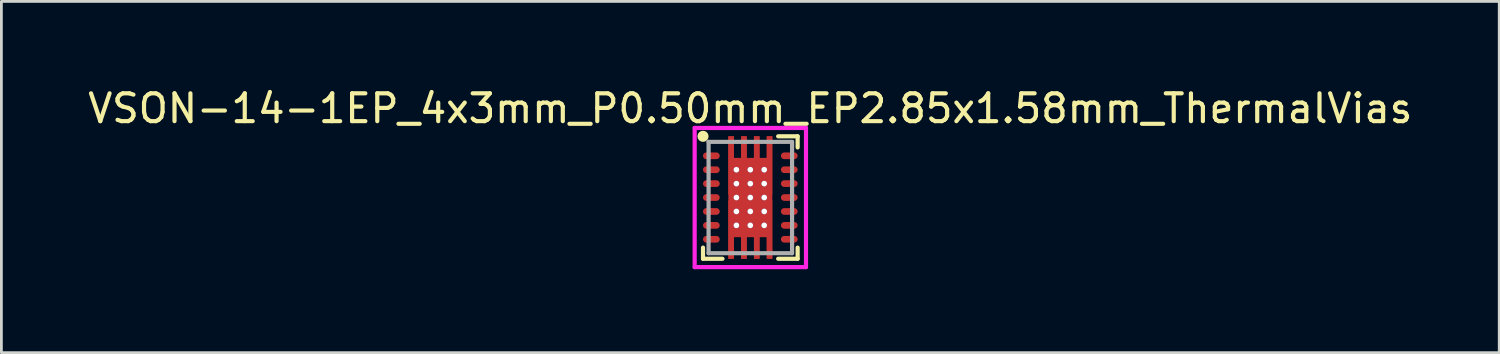
<source format=kicad_pcb>
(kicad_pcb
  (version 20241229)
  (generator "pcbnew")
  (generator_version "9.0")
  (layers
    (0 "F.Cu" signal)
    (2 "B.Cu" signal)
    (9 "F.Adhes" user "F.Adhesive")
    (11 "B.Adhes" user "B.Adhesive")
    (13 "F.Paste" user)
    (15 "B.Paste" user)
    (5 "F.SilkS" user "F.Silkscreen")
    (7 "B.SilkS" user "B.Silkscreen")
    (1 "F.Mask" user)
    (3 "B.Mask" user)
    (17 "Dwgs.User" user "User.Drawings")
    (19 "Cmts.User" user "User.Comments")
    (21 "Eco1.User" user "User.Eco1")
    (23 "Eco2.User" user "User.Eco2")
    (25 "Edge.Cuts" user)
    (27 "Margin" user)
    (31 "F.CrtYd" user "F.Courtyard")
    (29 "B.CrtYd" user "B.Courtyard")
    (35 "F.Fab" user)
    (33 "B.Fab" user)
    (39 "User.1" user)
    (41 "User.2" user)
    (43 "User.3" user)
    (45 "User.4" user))
  (footprint "VSON-14-1EP_4x3mm_P0.50mm_EP2.85x1.58mm_ThermalVias"
    (layer "F.Cu")
    (at 23.911 4.048)
    (property "Reference" "VSON-14-1EP_4x3mm_P0.50mm_EP2.85x1.58mm_ThermalVias" (at 0 -3.2 0) (layer "F.SilkS") (effects (font (size 1 1) (thickness 0.15))))
    (attr through_hole)
    (fp_line (start -1.7 2.2) (end -1.7 1.8) (stroke (width 0.15) (type solid)) (layer "F.SilkS"))
    (fp_line (start -1 2.2) (end -1.7 2.2) (stroke (width 0.15) (type solid)) (layer "F.SilkS"))
    (fp_line (start 1.7 -2.2) (end 1 -2.2) (stroke (width 0.15) (type solid)) (layer "F.SilkS"))
    (fp_line (start 1.7 -2.2) (end 1.7 -1.8) (stroke (width 0.15) (type solid)) (layer "F.SilkS"))
    (fp_line (start 1.7 1.8) (end 1.7 2.2) (stroke (width 0.15) (type solid)) (layer "F.SilkS"))
    (fp_line (start 1.7 2.2) (end 1 2.2) (stroke (width 0.15) (type solid)) (layer "F.SilkS"))
    (fp_circle (center -1.7 -2.2) (end -1.6 -2.2) (stroke (width 0.2) (type solid)) (fill no) (layer "F.SilkS"))
    (fp_line (start -2 -2.5) (end -2 2.5) (stroke (width 0.15) (type solid)) (layer "F.CrtYd"))
    (fp_line (start -2 2.5) (end 2 2.5) (stroke (width 0.15) (type solid)) (layer "F.CrtYd"))
    (fp_line (start 2 -2.5) (end -2 -2.5) (stroke (width 0.15) (type solid)) (layer "F.CrtYd"))
    (fp_line (start 2 2.5) (end 2 -2.5) (stroke (width 0.15) (type solid)) (layer "F.CrtYd"))
    (fp_line (start -1.5 -2) (end 1.5 -2) (stroke (width 0.15) (type solid)) (layer "F.Fab"))
    (fp_line (start -1.5 2) (end -1.5 -2) (stroke (width 0.15) (type solid)) (layer "F.Fab"))
    (fp_line (start 1.5 -2) (end 1.5 2) (stroke (width 0.15) (type solid)) (layer "F.Fab"))
    (fp_line (start 1.5 2) (end -1.5 2) (stroke (width 0.15) (type solid)) (layer "F.Fab"))
    (pad "" smd custom (at -0.46 -0.725 90) (size 1.25 0.66) (layers "F.Cu" "F.Paste") (options (anchor rect)) (primitives (gr_poly (pts (xy 0.625 -0.33) (xy 1.475 -0.33) (xy 1.475 -0.13) (xy 0.625 -0.13)) (width 0) (fill yes)) (gr_poly (pts (xy 0.625 0.13) (xy 1.475 0.13) (xy 1.475 0.33) (xy 0.625 0.33)) (width 0) (fill yes))))
    (pad "" smd custom (at -0.46 0.725 270) (size 1.25 0.66) (layers "F.Cu" "F.Paste") (options (anchor rect)) (primitives (gr_poly (pts (xy 0.625 -0.33) (xy 1.475 -0.33) (xy 1.475 -0.13) (xy 0.625 -0.13)) (width 0) (fill yes)) (gr_poly (pts (xy 0.625 0.13) (xy 1.475 0.13) (xy 1.475 0.33) (xy 0.625 0.33)) (width 0) (fill yes))))
    (pad "" smd custom (at 0.46 -0.725 90) (size 1.25 0.66) (layers "F.Cu" "F.Paste") (options (anchor rect)) (primitives (gr_poly (pts (xy 0.625 -0.33) (xy 1.475 -0.33) (xy 1.475 -0.13) (xy 0.625 -0.13)) (width 0) (fill yes)) (gr_poly (pts (xy 0.625 0.13) (xy 1.475 0.13) (xy 1.475 0.33) (xy 0.625 0.33)) (width 0) (fill yes))))
    (pad "" smd custom (at 0.46 0.725 270) (size 1.25 0.66) (layers "F.Cu" "F.Paste") (options (anchor rect)) (primitives (gr_poly (pts (xy 0.625 -0.33) (xy 1.475 -0.33) (xy 1.475 -0.13) (xy 0.625 -0.13)) (width 0) (fill yes)) (gr_poly (pts (xy 0.625 0.13) (xy 1.475 0.13) (xy 1.475 0.33) (xy 0.625 0.33)) (width 0) (fill yes))))
    (pad "1" smd oval (at -1.4 -1.5) (size 0.6 0.24) (layers "F.Cu" "F.Mask" "F.Paste"))
    (pad "2" smd oval (at -1.4 -1) (size 0.6 0.24) (layers "F.Cu" "F.Mask" "F.Paste"))
    (pad "3" smd oval (at -1.4 -0.5) (size 0.6 0.24) (layers "F.Cu" "F.Mask" "F.Paste"))
    (pad "4" smd oval (at -1.4 0) (size 0.6 0.24) (layers "F.Cu" "F.Mask" "F.Paste"))
    (pad "5" smd oval (at -1.4 0.5) (size 0.6 0.24) (layers "F.Cu" "F.Mask" "F.Paste"))
    (pad "6" smd oval (at -1.4 1) (size 0.6 0.24) (layers "F.Cu" "F.Mask" "F.Paste"))
    (pad "7" smd oval (at -1.4 1.5) (size 0.6 0.24) (layers "F.Cu" "F.Mask" "F.Paste"))
    (pad "8" smd oval (at 1.4 1.5) (size 0.6 0.24) (layers "F.Cu" "F.Mask" "F.Paste"))
    (pad "9" smd oval (at 1.4 1) (size 0.6 0.24) (layers "F.Cu" "F.Mask" "F.Paste"))
    (pad "10" smd oval (at 1.4 0.5) (size 0.6 0.24) (layers "F.Cu" "F.Mask" "F.Paste"))
    (pad "11" smd oval (at 1.4 0) (size 0.6 0.24) (layers "F.Cu" "F.Mask" "F.Paste"))
    (pad "12" smd oval (at 1.4 -0.5) (size 0.6 0.24) (layers "F.Cu" "F.Mask" "F.Paste"))
    (pad "13" smd oval (at 1.4 -1) (size 0.6 0.24) (layers "F.Cu" "F.Mask" "F.Paste"))
    (pad "14" smd oval (at 1.4 -1.5) (size 0.6 0.24) (layers "F.Cu" "F.Mask" "F.Paste"))
    (pad "15" thru_hole circle (at -0.5 -1) (size 0.2 0.2) (drill 0.2) (layers "*.Cu" "B.Mask"))
    (pad "15" thru_hole circle (at -0.5 -0.5) (size 0.2 0.2) (drill 0.2) (layers "*.Cu" "B.Mask"))
    (pad "15" thru_hole circle (at -0.5 0) (size 0.2 0.2) (drill 0.2) (layers "*.Cu" "B.Mask"))
    (pad "15" thru_hole circle (at -0.5 0.5) (size 0.2 0.2) (drill 0.2) (layers "*.Cu" "B.Mask"))
    (pad "15" thru_hole circle (at -0.5 1) (size 0.2 0.2) (drill 0.2) (layers "*.Cu" "B.Mask"))
    (pad "15" thru_hole circle (at 0 -1) (size 0.2 0.2) (drill 0.2) (layers "*.Cu" "B.Mask"))
    (pad "15" thru_hole circle (at 0 -0.5) (size 0.2 0.2) (drill 0.2) (layers "*.Cu" "B.Mask"))
    (pad "15" thru_hole circle (at 0 0) (size 0.2 0.2) (drill 0.2) (layers "*.Cu" "B.Mask"))
    (pad "15" smd custom (at 0 0) (size 1.58 2.85) (layers "F.Cu" "F.Mask") (options (anchor rect)) (primitives (gr_poly (pts (xy -0.79 -1.425) (xy -0.79 -2.2) (xy -0.59 -2.2) (xy -0.59 -1.425)) (width 0) (fill yes)) (gr_poly (pts (xy -0.33 -1.425) (xy -0.33 -2.2) (xy -0.13 -2.2) (xy -0.13 -1.425)) (width 0) (fill yes)) (gr_poly (pts (xy 0.13 -1.425) (xy 0.13 -2.2) (xy 0.33 -2.2) (xy 0.33 -1.425)) (width 0) (fill yes)) (gr_poly (pts (xy 0.59 -1.425) (xy 0.59 -2.2) (xy 0.79 -2.2) (xy 0.79 -1.425)) (width 0) (fill yes)) (gr_poly (pts (xy -0.79 2.2) (xy -0.79 1.425) (xy -0.59 1.425) (xy -0.59 2.2)) (width 0) (fill yes)) (gr_poly (pts (xy -0.33 2.2) (xy -0.33 1.425) (xy -0.13 1.425) (xy -0.13 2.2)) (width 0) (fill yes)) (gr_poly (pts (xy 0.13 2.2) (xy 0.13 1.425) (xy 0.33 1.425) (xy 0.33 2.2)) (width 0) (fill yes)) (gr_poly (pts (xy 0.59 2.2) (xy 0.59 1.425) (xy 0.79 1.425) (xy 0.79 2.2)) (width 0) (fill yes))))
    (pad "15" thru_hole circle (at 0 0.5) (size 0.2 0.2) (drill 0.2) (layers "*.Cu" "B.Mask"))
    (pad "15" thru_hole circle (at 0 1) (size 0.2 0.2) (drill 0.2) (layers "*.Cu" "B.Mask"))
    (pad "15" thru_hole circle (at 0.5 -1) (size 0.2 0.2) (drill 0.2) (layers "*.Cu" "B.Mask"))
    (pad "15" thru_hole circle (at 0.5 -0.5) (size 0.2 0.2) (drill 0.2) (layers "*.Cu" "B.Mask"))
    (pad "15" thru_hole circle (at 0.5 0) (size 0.2 0.2) (drill 0.2) (layers "*.Cu" "B.Mask"))
    (pad "15" thru_hole circle (at 0.5 0.5) (size 0.2 0.2) (drill 0.2) (layers "*.Cu" "B.Mask"))
    (pad "15" thru_hole circle (at 0.5 1) (size 0.2 0.2) (drill 0.2) (layers "*.Cu" "B.Mask")))
  (gr_rect
    (start -3 -3)
    (end 50.821 9.623)
    (stroke (width 0.1) (type default))
    (fill no)
    (layer "Edge.Cuts")))
</source>
